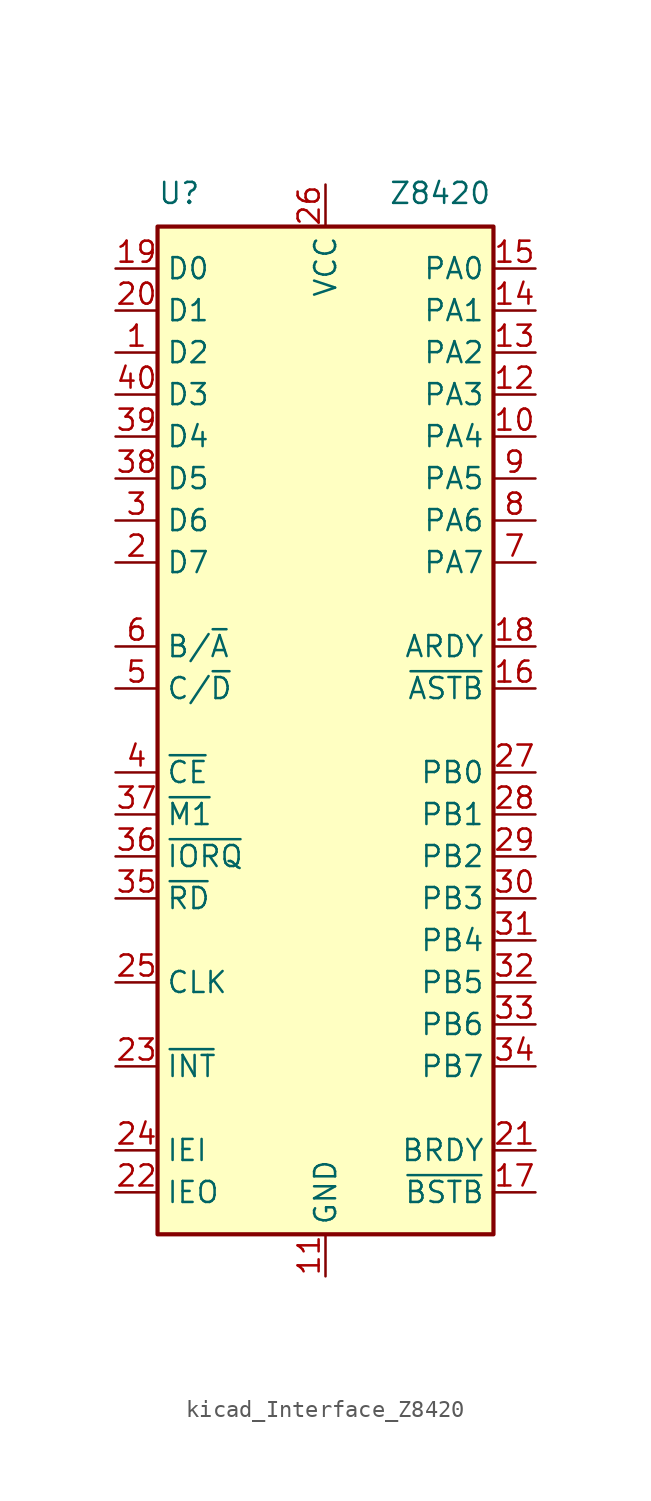
<source format=kicad_sym>
(kicad_symbol_lib
  (version 20220914)
  (generator kicad_symbol_editor)
  (symbol "kicad_Interface_Z8420"
    (property "Reference" "U"
      (at -10.16 31.75 0)
      (effects (font (size 1.27 1.27)) (justify left bottom)))
    (property "Value" "Z8420"
      (at 3.81 31.75 0)
      (effects (font (size 1.27 1.27)) (justify left bottom)))
    (symbol "kicad_Interface_Z8420_1_0"
      (rectangle (start -10.16 30.48) (end 10.16 -30.48) (stroke (width 0.254) (type default)) (fill (type background))))
    (symbol "kicad_Interface_Z8420_1_1"
      (pin bidirectional line (at -12.7 22.86 0) (length 2.54) (name "D2" (effects (font (size 1.27 1.27)))) (number "1" (effects (font (size 1.27 1.27)))))
      (pin bidirectional line (at 12.7 17.78 180) (length 2.54) (name "PA4" (effects (font (size 1.27 1.27)))) (number "10" (effects (font (size 1.27 1.27)))))
      (pin power_in line (at 0 -33.02 90) (length 2.54) (name "GND" (effects (font (size 1.27 1.27)))) (number "11" (effects (font (size 1.27 1.27)))))
      (pin bidirectional line (at 12.7 20.32 180) (length 2.54) (name "PA3" (effects (font (size 1.27 1.27)))) (number "12" (effects (font (size 1.27 1.27)))))
      (pin bidirectional line (at 12.7 22.86 180) (length 2.54) (name "PA2" (effects (font (size 1.27 1.27)))) (number "13" (effects (font (size 1.27 1.27)))))
      (pin bidirectional line (at 12.7 25.4 180) (length 2.54) (name "PA1" (effects (font (size 1.27 1.27)))) (number "14" (effects (font (size 1.27 1.27)))))
      (pin bidirectional line (at 12.7 27.94 180) (length 2.54) (name "PA0" (effects (font (size 1.27 1.27)))) (number "15" (effects (font (size 1.27 1.27)))))
      (pin input line (at 12.7 2.54 180) (length 2.54) (name "~{ASTB}" (effects (font (size 1.27 1.27)))) (number "16" (effects (font (size 1.27 1.27)))))
      (pin input line (at 12.7 -27.94 180) (length 2.54) (name "~{BSTB}" (effects (font (size 1.27 1.27)))) (number "17" (effects (font (size 1.27 1.27)))))
      (pin output line (at 12.7 5.08 180) (length 2.54) (name "ARDY" (effects (font (size 1.27 1.27)))) (number "18" (effects (font (size 1.27 1.27)))))
      (pin bidirectional line (at -12.7 27.94 0) (length 2.54) (name "D0" (effects (font (size 1.27 1.27)))) (number "19" (effects (font (size 1.27 1.27)))))
      (pin bidirectional line (at -12.7 10.16 0) (length 2.54) (name "D7" (effects (font (size 1.27 1.27)))) (number "2" (effects (font (size 1.27 1.27)))))
      (pin bidirectional line (at -12.7 25.4 0) (length 2.54) (name "D1" (effects (font (size 1.27 1.27)))) (number "20" (effects (font (size 1.27 1.27)))))
      (pin output line (at 12.7 -25.4 180) (length 2.54) (name "BRDY" (effects (font (size 1.27 1.27)))) (number "21" (effects (font (size 1.27 1.27)))))
      (pin output line (at -12.7 -27.94 0) (length 2.54) (name "IEO" (effects (font (size 1.27 1.27)))) (number "22" (effects (font (size 1.27 1.27)))))
      (pin open_collector line (at -12.7 -20.32 0) (length 2.54) (name "~{INT}" (effects (font (size 1.27 1.27)))) (number "23" (effects (font (size 1.27 1.27)))))
      (pin input line (at -12.7 -25.4 0) (length 2.54) (name "IEI" (effects (font (size 1.27 1.27)))) (number "24" (effects (font (size 1.27 1.27)))))
      (pin input line (at -12.7 -15.24 0) (length 2.54) (name "CLK" (effects (font (size 1.27 1.27)))) (number "25" (effects (font (size 1.27 1.27)))))
      (pin power_in line (at 0 33.02 270) (length 2.54) (name "VCC" (effects (font (size 1.27 1.27)))) (number "26" (effects (font (size 1.27 1.27)))))
      (pin bidirectional line (at 12.7 -2.54 180) (length 2.54) (name "PB0" (effects (font (size 1.27 1.27)))) (number "27" (effects (font (size 1.27 1.27)))))
      (pin bidirectional line (at 12.7 -5.08 180) (length 2.54) (name "PB1" (effects (font (size 1.27 1.27)))) (number "28" (effects (font (size 1.27 1.27)))))
      (pin bidirectional line (at 12.7 -7.62 180) (length 2.54) (name "PB2" (effects (font (size 1.27 1.27)))) (number "29" (effects (font (size 1.27 1.27)))))
      (pin bidirectional line (at -12.7 12.7 0) (length 2.54) (name "D6" (effects (font (size 1.27 1.27)))) (number "3" (effects (font (size 1.27 1.27)))))
      (pin bidirectional line (at 12.7 -10.16 180) (length 2.54) (name "PB3" (effects (font (size 1.27 1.27)))) (number "30" (effects (font (size 1.27 1.27)))))
      (pin bidirectional line (at 12.7 -12.7 180) (length 2.54) (name "PB4" (effects (font (size 1.27 1.27)))) (number "31" (effects (font (size 1.27 1.27)))))
      (pin bidirectional line (at 12.7 -15.24 180) (length 2.54) (name "PB5" (effects (font (size 1.27 1.27)))) (number "32" (effects (font (size 1.27 1.27)))))
      (pin bidirectional line (at 12.7 -17.78 180) (length 2.54) (name "PB6" (effects (font (size 1.27 1.27)))) (number "33" (effects (font (size 1.27 1.27)))))
      (pin bidirectional line (at 12.7 -20.32 180) (length 2.54) (name "PB7" (effects (font (size 1.27 1.27)))) (number "34" (effects (font (size 1.27 1.27)))))
      (pin input line (at -12.7 -10.16 0) (length 2.54) (name "~{RD}" (effects (font (size 1.27 1.27)))) (number "35" (effects (font (size 1.27 1.27)))))
      (pin input line (at -12.7 -7.62 0) (length 2.54) (name "~{IORQ}" (effects (font (size 1.27 1.27)))) (number "36" (effects (font (size 1.27 1.27)))))
      (pin input line (at -12.7 -5.08 0) (length 2.54) (name "~{M1}" (effects (font (size 1.27 1.27)))) (number "37" (effects (font (size 1.27 1.27)))))
      (pin bidirectional line (at -12.7 15.24 0) (length 2.54) (name "D5" (effects (font (size 1.27 1.27)))) (number "38" (effects (font (size 1.27 1.27)))))
      (pin bidirectional line (at -12.7 17.78 0) (length 2.54) (name "D4" (effects (font (size 1.27 1.27)))) (number "39" (effects (font (size 1.27 1.27)))))
      (pin input line (at -12.7 -2.54 0) (length 2.54) (name "~{CE}" (effects (font (size 1.27 1.27)))) (number "4" (effects (font (size 1.27 1.27)))))
      (pin bidirectional line (at -12.7 20.32 0) (length 2.54) (name "D3" (effects (font (size 1.27 1.27)))) (number "40" (effects (font (size 1.27 1.27)))))
      (pin input line (at -12.7 2.54 0) (length 2.54) (name "C/~{D}" (effects (font (size 1.27 1.27)))) (number "5" (effects (font (size 1.27 1.27)))))
      (pin input line (at -12.7 5.08 0) (length 2.54) (name "B/~{A}" (effects (font (size 1.27 1.27)))) (number "6" (effects (font (size 1.27 1.27)))))
      (pin bidirectional line (at 12.7 10.16 180) (length 2.54) (name "PA7" (effects (font (size 1.27 1.27)))) (number "7" (effects (font (size 1.27 1.27)))))
      (pin bidirectional line (at 12.7 12.7 180) (length 2.54) (name "PA6" (effects (font (size 1.27 1.27)))) (number "8" (effects (font (size 1.27 1.27)))))
      (pin bidirectional line (at 12.7 15.24 180) (length 2.54) (name "PA5" (effects (font (size 1.27 1.27)))) (number "9" (effects (font (size 1.27 1.27))))))))
</source>
